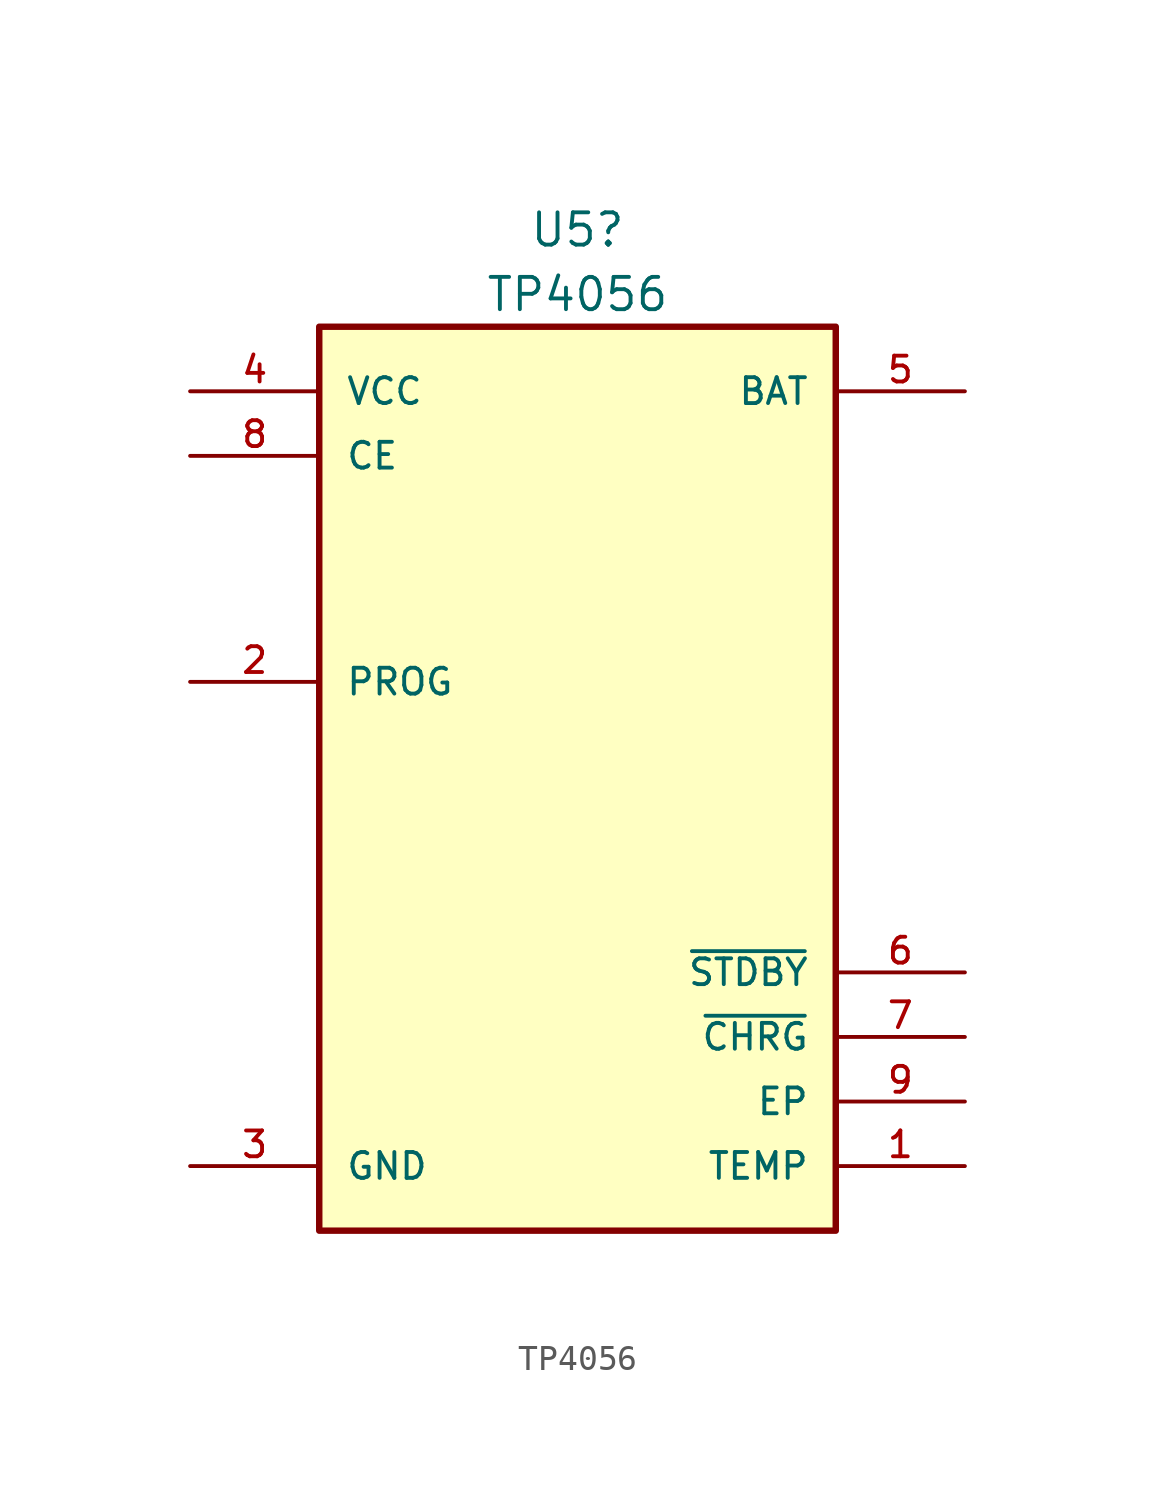
<source format=kicad_sym>
(kicad_symbol_lib
  (version 20220914)
  (generator kicad_symbol_editor)
  (symbol "TP4056"
    (pin_names
      (offset 1.016))
    (property "Reference" "U5"
      (at 0 16.51 0)
      (effects (font (size 1.27 1.27))))
    (property "Value" "TP4056"
      (at 0 13.97 0)
      (effects (font (size 1.27 1.27))))
    (symbol "TP4056_0_0"
      (rectangle (start -10.16 12.7) (end 10.16 -22.86) (stroke (width 0.254) (type default)) (fill (type background)))
      (pin input line (at 15.24 -20.32 180) (length 5.08) (name "TEMP" (effects (font (size 1.016 1.016)))) (number "1" (effects (font (size 1.016 1.016)))))
      (pin bidirectional line (at -15.24 -1.27 0) (length 5.08) (name "PROG" (effects (font (size 1.016 1.016)))) (number "2" (effects (font (size 1.016 1.016)))))
      (pin power_in line (at -15.24 -20.32 0) (length 5.08) (name "GND" (effects (font (size 1.016 1.016)))) (number "3" (effects (font (size 1.016 1.016)))))
      (pin power_in line (at -15.24 10.16 0) (length 5.08) (name "VCC" (effects (font (size 1.016 1.016)))) (number "4" (effects (font (size 1.016 1.016)))))
      (pin output line (at 15.24 10.16 180) (length 5.08) (name "BAT" (effects (font (size 1.016 1.016)))) (number "5" (effects (font (size 1.016 1.016)))))
      (pin output line (at 15.24 -12.7 180) (length 5.08) (name "~{STDBY}" (effects (font (size 1.016 1.016)))) (number "6" (effects (font (size 1.016 1.016)))))
      (pin output line (at 15.24 -15.24 180) (length 5.08) (name "~{CHRG}" (effects (font (size 1.016 1.016)))) (number "7" (effects (font (size 1.016 1.016)))))
      (pin input line (at -15.24 7.62 0) (length 5.08) (name "CE" (effects (font (size 1.016 1.016)))) (number "8" (effects (font (size 1.016 1.016)))))
      (pin passive line (at 15.24 -17.78 180) (length 5.08) (name "EP" (effects (font (size 1.016 1.016)))) (number "9" (effects (font (size 1.016 1.016))))))))
</source>
